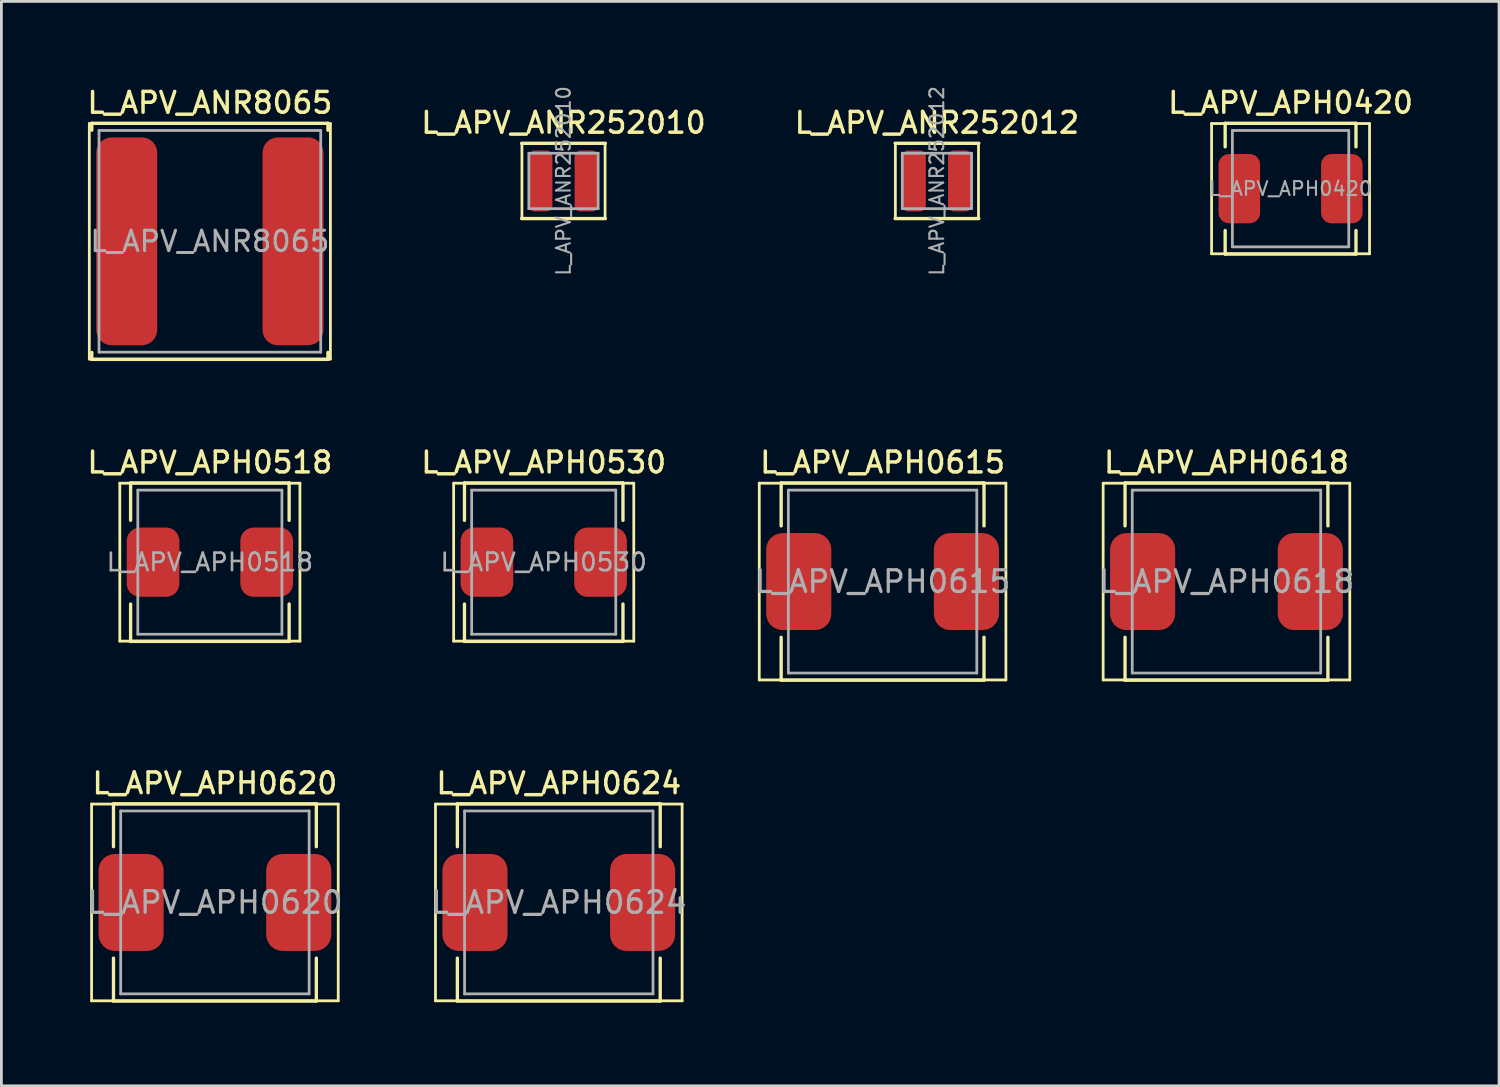
<source format=kicad_pcb>
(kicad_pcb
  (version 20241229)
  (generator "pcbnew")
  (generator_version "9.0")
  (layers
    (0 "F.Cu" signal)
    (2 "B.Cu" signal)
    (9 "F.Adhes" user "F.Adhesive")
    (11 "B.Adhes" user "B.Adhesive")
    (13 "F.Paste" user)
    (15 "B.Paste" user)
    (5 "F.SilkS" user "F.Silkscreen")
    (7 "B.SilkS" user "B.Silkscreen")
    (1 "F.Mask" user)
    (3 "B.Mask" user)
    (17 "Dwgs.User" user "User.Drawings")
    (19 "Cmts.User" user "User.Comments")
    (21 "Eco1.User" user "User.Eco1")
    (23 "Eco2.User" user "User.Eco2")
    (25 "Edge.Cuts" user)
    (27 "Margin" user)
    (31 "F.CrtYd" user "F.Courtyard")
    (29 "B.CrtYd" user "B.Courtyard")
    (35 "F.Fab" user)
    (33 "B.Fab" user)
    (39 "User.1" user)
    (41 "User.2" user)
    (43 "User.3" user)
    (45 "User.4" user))
  (footprint "L_APV_ANR252012"
    (layer "F.Cu")
    (at 30.759 3.479)
    (property "Reference" "L_APV_ANR252012" (at 0 -2.1 0) (layer "F.SilkS") (effects (font (size 0.75 0.75) (thickness 0.125))))
    (attr smd)
    (fp_line (start -1.51 -1.36) (end 1.51 -1.36) (stroke (width 0.12) (type solid)) (layer "F.SilkS"))
    (fp_line (start -1.51 1.36) (end 1.51 1.36) (stroke (width 0.12) (type solid)) (layer "F.SilkS"))
    (fp_line (start -1.5 -1.35) (end -1.5 1.35) (stroke (width 0.1) (type solid)) (layer "F.SilkS"))
    (fp_line (start -1.5 1.35) (end 1.5 1.35) (stroke (width 0.1) (type solid)) (layer "F.SilkS"))
    (fp_line (start 1.5 -1.35) (end -1.5 -1.35) (stroke (width 0.1) (type solid)) (layer "F.SilkS"))
    (fp_line (start 1.5 1.35) (end 1.5 -1.35) (stroke (width 0.1) (type solid)) (layer "F.SilkS"))
    (fp_line (start -1.25 -1) (end -1.25 1) (stroke (width 0.1) (type solid)) (layer "F.Fab"))
    (fp_line (start -1.25 1) (end 1.25 1) (stroke (width 0.1) (type solid)) (layer "F.Fab"))
    (fp_line (start 1.25 -1) (end -1.25 -1) (stroke (width 0.1) (type solid)) (layer "F.Fab"))
    (fp_line (start 1.25 1) (end 1.25 -1) (stroke (width 0.1) (type solid)) (layer "F.Fab"))
    (fp_text user "${REFERENCE}" (at 0 0 90) (layer "F.Fab") (effects (font (size 0.5 0.5) (thickness 0.075))))
    (pad "1" smd roundrect (at -0.825 0) (size 0.85 2.2) (layers "F.Cu" "F.Mask" "F.Paste") (roundrect_rratio 0.25))
    (pad "2" smd roundrect (at 0.825 0) (size 0.85 2.2) (layers "F.Cu" "F.Mask" "F.Paste") (roundrect_rratio 0.25)))
  (footprint "L_APV_APH0518"
    (layer "F.Cu")
    (at 4.523 17.236)
    (property "Reference" "L_APV_APH0518" (at 0 -3.6 0) (layer "F.SilkS") (effects (font (size 0.75 0.75) (thickness 0.125))))
    (attr smd)
    (fp_line (start -3.25 -2.85) (end -3.25 2.85) (stroke (width 0.1) (type solid)) (layer "F.SilkS"))
    (fp_line (start -3.25 2.85) (end 3.25 2.85) (stroke (width 0.1) (type solid)) (layer "F.SilkS"))
    (fp_line (start -2.86 -2.86) (end -2.86 -1.51) (stroke (width 0.12) (type solid)) (layer "F.SilkS"))
    (fp_line (start -2.86 -2.86) (end 2.86 -2.86) (stroke (width 0.12) (type solid)) (layer "F.SilkS"))
    (fp_line (start -2.86 2.86) (end -2.86 1.51) (stroke (width 0.12) (type solid)) (layer "F.SilkS"))
    (fp_line (start -2.86 2.86) (end 2.86 2.86) (stroke (width 0.12) (type solid)) (layer "F.SilkS"))
    (fp_line (start 2.86 -2.86) (end 2.86 -1.51) (stroke (width 0.12) (type solid)) (layer "F.SilkS"))
    (fp_line (start 2.86 2.86) (end 2.86 1.51) (stroke (width 0.12) (type solid)) (layer "F.SilkS"))
    (fp_line (start 3.25 -2.85) (end -3.25 -2.85) (stroke (width 0.1) (type solid)) (layer "F.SilkS"))
    (fp_line (start 3.25 2.85) (end 3.25 -2.85) (stroke (width 0.1) (type solid)) (layer "F.SilkS"))
    (fp_line (start -2.6 -2.6) (end -2.6 2.6) (stroke (width 0.1) (type solid)) (layer "F.Fab"))
    (fp_line (start -2.6 2.6) (end 2.6 2.6) (stroke (width 0.1) (type solid)) (layer "F.Fab"))
    (fp_line (start 2.6 -2.6) (end -2.6 -2.6) (stroke (width 0.1) (type solid)) (layer "F.Fab"))
    (fp_line (start 2.6 2.6) (end 2.6 -2.6) (stroke (width 0.1) (type solid)) (layer "F.Fab"))
    (fp_text user "${REFERENCE}" (at 0 0 0) (layer "F.Fab") (effects (font (size 0.633 0.633) (thickness 0.095))))
    (pad "1" smd roundrect (at -2.05 0) (size 1.9 2.5) (layers "F.Cu" "F.Mask" "F.Paste") (roundrect_rratio 0.25))
    (pad "2" smd roundrect (at 2.05 0) (size 1.9 2.5) (layers "F.Cu" "F.Mask" "F.Paste") (roundrect_rratio 0.25)))
  (footprint "L_APV_APH0615"
    (layer "F.Cu")
    (at 28.798 17.936)
    (property "Reference" "L_APV_APH0615" (at 0 -4.3 0) (layer "F.SilkS") (effects (font (size 0.75 0.75) (thickness 0.125))))
    (attr smd)
    (fp_line (start -4.45 -3.55) (end -4.45 3.55) (stroke (width 0.1) (type solid)) (layer "F.SilkS"))
    (fp_line (start -4.45 3.55) (end 4.45 3.55) (stroke (width 0.1) (type solid)) (layer "F.SilkS"))
    (fp_line (start -3.66 -3.56) (end -3.66 -2.01) (stroke (width 0.12) (type solid)) (layer "F.SilkS"))
    (fp_line (start -3.66 -3.56) (end 3.66 -3.56) (stroke (width 0.12) (type solid)) (layer "F.SilkS"))
    (fp_line (start -3.66 3.56) (end -3.66 2.01) (stroke (width 0.12) (type solid)) (layer "F.SilkS"))
    (fp_line (start -3.66 3.56) (end 3.66 3.56) (stroke (width 0.12) (type solid)) (layer "F.SilkS"))
    (fp_line (start 3.66 -3.56) (end 3.66 -2.01) (stroke (width 0.12) (type solid)) (layer "F.SilkS"))
    (fp_line (start 3.66 3.56) (end 3.66 2.01) (stroke (width 0.12) (type solid)) (layer "F.SilkS"))
    (fp_line (start 4.45 -3.55) (end -4.45 -3.55) (stroke (width 0.1) (type solid)) (layer "F.SilkS"))
    (fp_line (start 4.45 3.55) (end 4.45 -3.55) (stroke (width 0.1) (type solid)) (layer "F.SilkS"))
    (fp_line (start -3.4 -3.3) (end -3.4 3.3) (stroke (width 0.1) (type solid)) (layer "F.Fab"))
    (fp_line (start -3.4 3.3) (end 3.4 3.3) (stroke (width 0.1) (type solid)) (layer "F.Fab"))
    (fp_line (start 3.4 -3.3) (end -3.4 -3.3) (stroke (width 0.1) (type solid)) (layer "F.Fab"))
    (fp_line (start 3.4 3.3) (end 3.4 -3.3) (stroke (width 0.1) (type solid)) (layer "F.Fab"))
    (fp_text user "${REFERENCE}" (at 0 0 0) (layer "F.Fab") (effects (font (size 0.783 0.783) (thickness 0.117))))
    (pad "1" smd roundrect (at -3.025 0) (size 2.35 3.5) (layers "F.Cu" "F.Mask" "F.Paste") (roundrect_rratio 0.25))
    (pad "2" smd roundrect (at 3.025 0) (size 2.35 3.5) (layers "F.Cu" "F.Mask" "F.Paste") (roundrect_rratio 0.25)))
  (footprint "L_APV_APH0624"
    (layer "F.Cu")
    (at 17.114 29.514)
    (property "Reference" "L_APV_APH0624" (at 0 -4.3 0) (layer "F.SilkS") (effects (font (size 0.75 0.75) (thickness 0.125))))
    (attr smd)
    (fp_line (start -4.45 -3.55) (end -4.45 3.55) (stroke (width 0.1) (type solid)) (layer "F.SilkS"))
    (fp_line (start -4.45 3.55) (end 4.45 3.55) (stroke (width 0.1) (type solid)) (layer "F.SilkS"))
    (fp_line (start -3.66 -3.56) (end -3.66 -2.01) (stroke (width 0.12) (type solid)) (layer "F.SilkS"))
    (fp_line (start -3.66 -3.56) (end 3.66 -3.56) (stroke (width 0.12) (type solid)) (layer "F.SilkS"))
    (fp_line (start -3.66 3.56) (end -3.66 2.01) (stroke (width 0.12) (type solid)) (layer "F.SilkS"))
    (fp_line (start -3.66 3.56) (end 3.66 3.56) (stroke (width 0.12) (type solid)) (layer "F.SilkS"))
    (fp_line (start 3.66 -3.56) (end 3.66 -2.01) (stroke (width 0.12) (type solid)) (layer "F.SilkS"))
    (fp_line (start 3.66 3.56) (end 3.66 2.01) (stroke (width 0.12) (type solid)) (layer "F.SilkS"))
    (fp_line (start 4.45 -3.55) (end -4.45 -3.55) (stroke (width 0.1) (type solid)) (layer "F.SilkS"))
    (fp_line (start 4.45 3.55) (end 4.45 -3.55) (stroke (width 0.1) (type solid)) (layer "F.SilkS"))
    (fp_line (start -3.4 -3.3) (end -3.4 3.3) (stroke (width 0.1) (type solid)) (layer "F.Fab"))
    (fp_line (start -3.4 3.3) (end 3.4 3.3) (stroke (width 0.1) (type solid)) (layer "F.Fab"))
    (fp_line (start 3.4 -3.3) (end -3.4 -3.3) (stroke (width 0.1) (type solid)) (layer "F.Fab"))
    (fp_line (start 3.4 3.3) (end 3.4 -3.3) (stroke (width 0.1) (type solid)) (layer "F.Fab"))
    (fp_text user "${REFERENCE}" (at 0 0 0) (layer "F.Fab") (effects (font (size 0.783 0.783) (thickness 0.117))))
    (pad "1" smd roundrect (at -3.025 0) (size 2.35 3.5) (layers "F.Cu" "F.Mask" "F.Paste") (roundrect_rratio 0.25))
    (pad "2" smd roundrect (at 3.025 0) (size 2.35 3.5) (layers "F.Cu" "F.Mask" "F.Paste") (roundrect_rratio 0.25)))
  (footprint "L_APV_APH0420"
    (layer "F.Cu")
    (at 43.52 3.758)
    (property "Reference" "L_APV_APH0420" (at 0 -3.1 0) (layer "F.SilkS") (effects (font (size 0.75 0.75) (thickness 0.125))))
    (attr smd)
    (fp_line (start -2.85 -2.35) (end -2.85 2.35) (stroke (width 0.1) (type solid)) (layer "F.SilkS"))
    (fp_line (start -2.85 2.35) (end 2.85 2.35) (stroke (width 0.1) (type solid)) (layer "F.SilkS"))
    (fp_line (start -2.36 -2.36) (end -2.36 -1.51) (stroke (width 0.12) (type solid)) (layer "F.SilkS"))
    (fp_line (start -2.36 -2.36) (end 2.36 -2.36) (stroke (width 0.12) (type solid)) (layer "F.SilkS"))
    (fp_line (start -2.36 2.36) (end -2.36 1.51) (stroke (width 0.12) (type solid)) (layer "F.SilkS"))
    (fp_line (start -2.36 2.36) (end 2.36 2.36) (stroke (width 0.12) (type solid)) (layer "F.SilkS"))
    (fp_line (start 2.36 -2.36) (end 2.36 -1.51) (stroke (width 0.12) (type solid)) (layer "F.SilkS"))
    (fp_line (start 2.36 2.36) (end 2.36 1.51) (stroke (width 0.12) (type solid)) (layer "F.SilkS"))
    (fp_line (start 2.85 -2.35) (end -2.85 -2.35) (stroke (width 0.1) (type solid)) (layer "F.SilkS"))
    (fp_line (start 2.85 2.35) (end 2.85 -2.35) (stroke (width 0.1) (type solid)) (layer "F.SilkS"))
    (fp_line (start -2.1 -2.1) (end -2.1 2.1) (stroke (width 0.1) (type solid)) (layer "F.Fab"))
    (fp_line (start -2.1 2.1) (end 2.1 2.1) (stroke (width 0.1) (type solid)) (layer "F.Fab"))
    (fp_line (start 2.1 -2.1) (end -2.1 -2.1) (stroke (width 0.1) (type solid)) (layer "F.Fab"))
    (fp_line (start 2.1 2.1) (end 2.1 -2.1) (stroke (width 0.1) (type solid)) (layer "F.Fab"))
    (fp_text user "${REFERENCE}" (at 0 0 0) (layer "F.Fab") (effects (font (size 0.5 0.5) (thickness 0.075))))
    (pad "1" smd roundrect (at -1.85 0) (size 1.5 2.5) (layers "F.Cu" "F.Mask" "F.Paste") (roundrect_rratio 0.25))
    (pad "2" smd roundrect (at 1.85 0) (size 1.5 2.5) (layers "F.Cu" "F.Mask" "F.Paste") (roundrect_rratio 0.25)))
  (footprint "L_APV_APH0618"
    (layer "F.Cu")
    (at 41.207 17.936)
    (property "Reference" "L_APV_APH0618" (at 0 -4.3 0) (layer "F.SilkS") (effects (font (size 0.75 0.75) (thickness 0.125))))
    (attr smd)
    (fp_line (start -4.45 -3.55) (end -4.45 3.55) (stroke (width 0.1) (type solid)) (layer "F.SilkS"))
    (fp_line (start -4.45 3.55) (end 4.45 3.55) (stroke (width 0.1) (type solid)) (layer "F.SilkS"))
    (fp_line (start -3.66 -3.56) (end -3.66 -2.01) (stroke (width 0.12) (type solid)) (layer "F.SilkS"))
    (fp_line (start -3.66 -3.56) (end 3.66 -3.56) (stroke (width 0.12) (type solid)) (layer "F.SilkS"))
    (fp_line (start -3.66 3.56) (end -3.66 2.01) (stroke (width 0.12) (type solid)) (layer "F.SilkS"))
    (fp_line (start -3.66 3.56) (end 3.66 3.56) (stroke (width 0.12) (type solid)) (layer "F.SilkS"))
    (fp_line (start 3.66 -3.56) (end 3.66 -2.01) (stroke (width 0.12) (type solid)) (layer "F.SilkS"))
    (fp_line (start 3.66 3.56) (end 3.66 2.01) (stroke (width 0.12) (type solid)) (layer "F.SilkS"))
    (fp_line (start 4.45 -3.55) (end -4.45 -3.55) (stroke (width 0.1) (type solid)) (layer "F.SilkS"))
    (fp_line (start 4.45 3.55) (end 4.45 -3.55) (stroke (width 0.1) (type solid)) (layer "F.SilkS"))
    (fp_line (start -3.4 -3.3) (end -3.4 3.3) (stroke (width 0.1) (type solid)) (layer "F.Fab"))
    (fp_line (start -3.4 3.3) (end 3.4 3.3) (stroke (width 0.1) (type solid)) (layer "F.Fab"))
    (fp_line (start 3.4 -3.3) (end -3.4 -3.3) (stroke (width 0.1) (type solid)) (layer "F.Fab"))
    (fp_line (start 3.4 3.3) (end 3.4 -3.3) (stroke (width 0.1) (type solid)) (layer "F.Fab"))
    (fp_text user "${REFERENCE}" (at 0 0 0) (layer "F.Fab") (effects (font (size 0.783 0.783) (thickness 0.117))))
    (pad "1" smd roundrect (at -3.025 0) (size 2.35 3.5) (layers "F.Cu" "F.Mask" "F.Paste") (roundrect_rratio 0.25))
    (pad "2" smd roundrect (at 3.025 0) (size 2.35 3.5) (layers "F.Cu" "F.Mask" "F.Paste") (roundrect_rratio 0.25)))
  (footprint "L_APV_APH0620"
    (layer "F.Cu")
    (at 4.705 29.514)
    (property "Reference" "L_APV_APH0620" (at 0 -4.3 0) (layer "F.SilkS") (effects (font (size 0.75 0.75) (thickness 0.125))))
    (attr smd)
    (fp_line (start -4.45 -3.55) (end -4.45 3.55) (stroke (width 0.1) (type solid)) (layer "F.SilkS"))
    (fp_line (start -4.45 3.55) (end 4.45 3.55) (stroke (width 0.1) (type solid)) (layer "F.SilkS"))
    (fp_line (start -3.66 -3.56) (end -3.66 -2.01) (stroke (width 0.12) (type solid)) (layer "F.SilkS"))
    (fp_line (start -3.66 -3.56) (end 3.66 -3.56) (stroke (width 0.12) (type solid)) (layer "F.SilkS"))
    (fp_line (start -3.66 3.56) (end -3.66 2.01) (stroke (width 0.12) (type solid)) (layer "F.SilkS"))
    (fp_line (start -3.66 3.56) (end 3.66 3.56) (stroke (width 0.12) (type solid)) (layer "F.SilkS"))
    (fp_line (start 3.66 -3.56) (end 3.66 -2.01) (stroke (width 0.12) (type solid)) (layer "F.SilkS"))
    (fp_line (start 3.66 3.56) (end 3.66 2.01) (stroke (width 0.12) (type solid)) (layer "F.SilkS"))
    (fp_line (start 4.45 -3.55) (end -4.45 -3.55) (stroke (width 0.1) (type solid)) (layer "F.SilkS"))
    (fp_line (start 4.45 3.55) (end 4.45 -3.55) (stroke (width 0.1) (type solid)) (layer "F.SilkS"))
    (fp_line (start -3.4 -3.3) (end -3.4 3.3) (stroke (width 0.1) (type solid)) (layer "F.Fab"))
    (fp_line (start -3.4 3.3) (end 3.4 3.3) (stroke (width 0.1) (type solid)) (layer "F.Fab"))
    (fp_line (start 3.4 -3.3) (end -3.4 -3.3) (stroke (width 0.1) (type solid)) (layer "F.Fab"))
    (fp_line (start 3.4 3.3) (end 3.4 -3.3) (stroke (width 0.1) (type solid)) (layer "F.Fab"))
    (fp_text user "${REFERENCE}" (at 0 0 0) (layer "F.Fab") (effects (font (size 0.783 0.783) (thickness 0.117))))
    (pad "1" smd roundrect (at -3.025 0) (size 2.35 3.5) (layers "F.Cu" "F.Mask" "F.Paste") (roundrect_rratio 0.25))
    (pad "2" smd roundrect (at 3.025 0) (size 2.35 3.5) (layers "F.Cu" "F.Mask" "F.Paste") (roundrect_rratio 0.25)))
  (footprint "L_APV_APH0530"
    (layer "F.Cu")
    (at 16.57 17.236)
    (property "Reference" "L_APV_APH0530" (at 0 -3.6 0) (layer "F.SilkS") (effects (font (size 0.75 0.75) (thickness 0.125))))
    (attr smd)
    (fp_line (start -3.25 -2.85) (end -3.25 2.85) (stroke (width 0.1) (type solid)) (layer "F.SilkS"))
    (fp_line (start -3.25 2.85) (end 3.25 2.85) (stroke (width 0.1) (type solid)) (layer "F.SilkS"))
    (fp_line (start -2.86 -2.86) (end -2.86 -1.51) (stroke (width 0.12) (type solid)) (layer "F.SilkS"))
    (fp_line (start -2.86 -2.86) (end 2.86 -2.86) (stroke (width 0.12) (type solid)) (layer "F.SilkS"))
    (fp_line (start -2.86 2.86) (end -2.86 1.51) (stroke (width 0.12) (type solid)) (layer "F.SilkS"))
    (fp_line (start -2.86 2.86) (end 2.86 2.86) (stroke (width 0.12) (type solid)) (layer "F.SilkS"))
    (fp_line (start 2.86 -2.86) (end 2.86 -1.51) (stroke (width 0.12) (type solid)) (layer "F.SilkS"))
    (fp_line (start 2.86 2.86) (end 2.86 1.51) (stroke (width 0.12) (type solid)) (layer "F.SilkS"))
    (fp_line (start 3.25 -2.85) (end -3.25 -2.85) (stroke (width 0.1) (type solid)) (layer "F.SilkS"))
    (fp_line (start 3.25 2.85) (end 3.25 -2.85) (stroke (width 0.1) (type solid)) (layer "F.SilkS"))
    (fp_line (start -2.6 -2.6) (end -2.6 2.6) (stroke (width 0.1) (type solid)) (layer "F.Fab"))
    (fp_line (start -2.6 2.6) (end 2.6 2.6) (stroke (width 0.1) (type solid)) (layer "F.Fab"))
    (fp_line (start 2.6 -2.6) (end -2.6 -2.6) (stroke (width 0.1) (type solid)) (layer "F.Fab"))
    (fp_line (start 2.6 2.6) (end 2.6 -2.6) (stroke (width 0.1) (type solid)) (layer "F.Fab"))
    (fp_text user "${REFERENCE}" (at 0 0 0) (layer "F.Fab") (effects (font (size 0.633 0.633) (thickness 0.095))))
    (pad "1" smd roundrect (at -2.05 0) (size 1.9 2.5) (layers "F.Cu" "F.Mask" "F.Paste") (roundrect_rratio 0.25))
    (pad "2" smd roundrect (at 2.05 0) (size 1.9 2.5) (layers "F.Cu" "F.Mask" "F.Paste") (roundrect_rratio 0.25)))
  (footprint "L_APV_ANR8065"
    (layer "F.Cu")
    (at 4.523 5.658)
    (property "Reference" "L_APV_ANR8065" (at 0 -5 0) (layer "F.SilkS") (effects (font (size 0.75 0.75) (thickness 0.125))))
    (attr smd)
    (fp_line (start -4.35 -4.25) (end -4.35 4.25) (stroke (width 0.1) (type solid)) (layer "F.SilkS"))
    (fp_line (start -4.35 4.25) (end 4.35 4.25) (stroke (width 0.1) (type solid)) (layer "F.SilkS"))
    (fp_line (start -4.26 -4.26) (end -4.26 -4.01) (stroke (width 0.12) (type solid)) (layer "F.SilkS"))
    (fp_line (start -4.26 -4.26) (end 4.26 -4.26) (stroke (width 0.12) (type solid)) (layer "F.SilkS"))
    (fp_line (start -4.26 4.26) (end -4.26 4.01) (stroke (width 0.12) (type solid)) (layer "F.SilkS"))
    (fp_line (start -4.26 4.26) (end 4.26 4.26) (stroke (width 0.12) (type solid)) (layer "F.SilkS"))
    (fp_line (start 4.26 -4.26) (end 4.26 -4.01) (stroke (width 0.12) (type solid)) (layer "F.SilkS"))
    (fp_line (start 4.26 4.26) (end 4.26 4.01) (stroke (width 0.12) (type solid)) (layer "F.SilkS"))
    (fp_line (start 4.35 -4.25) (end -4.35 -4.25) (stroke (width 0.1) (type solid)) (layer "F.SilkS"))
    (fp_line (start 4.35 4.25) (end 4.35 -4.25) (stroke (width 0.1) (type solid)) (layer "F.SilkS"))
    (fp_line (start -4 -4) (end -4 4) (stroke (width 0.1) (type solid)) (layer "F.Fab"))
    (fp_line (start -4 4) (end 4 4) (stroke (width 0.1) (type solid)) (layer "F.Fab"))
    (fp_line (start 4 -4) (end -4 -4) (stroke (width 0.1) (type solid)) (layer "F.Fab"))
    (fp_line (start 4 4) (end 4 -4) (stroke (width 0.1) (type solid)) (layer "F.Fab"))
    (fp_text user "${REFERENCE}" (at 0 0 0) (layer "F.Fab") (effects (font (size 0.733 0.733) (thickness 0.11))))
    (pad "1" smd roundrect (at -3 0) (size 2.2 7.5) (layers "F.Cu" "F.Mask" "F.Paste") (roundrect_rratio 0.25))
    (pad "2" smd roundrect (at 3 0) (size 2.2 7.5) (layers "F.Cu" "F.Mask" "F.Paste") (roundrect_rratio 0.25)))
  (footprint "L_APV_ANR252010"
    (layer "F.Cu")
    (at 17.284 3.479)
    (property "Reference" "L_APV_ANR252010" (at 0 -2.1 0) (layer "F.SilkS") (effects (font (size 0.75 0.75) (thickness 0.125))))
    (attr smd)
    (fp_line (start -1.51 -1.36) (end 1.51 -1.36) (stroke (width 0.12) (type solid)) (layer "F.SilkS"))
    (fp_line (start -1.51 1.36) (end 1.51 1.36) (stroke (width 0.12) (type solid)) (layer "F.SilkS"))
    (fp_line (start -1.5 -1.35) (end -1.5 1.35) (stroke (width 0.1) (type solid)) (layer "F.SilkS"))
    (fp_line (start -1.5 1.35) (end 1.5 1.35) (stroke (width 0.1) (type solid)) (layer "F.SilkS"))
    (fp_line (start 1.5 -1.35) (end -1.5 -1.35) (stroke (width 0.1) (type solid)) (layer "F.SilkS"))
    (fp_line (start 1.5 1.35) (end 1.5 -1.35) (stroke (width 0.1) (type solid)) (layer "F.SilkS"))
    (fp_line (start -1.25 -1) (end -1.25 1) (stroke (width 0.1) (type solid)) (layer "F.Fab"))
    (fp_line (start -1.25 1) (end 1.25 1) (stroke (width 0.1) (type solid)) (layer "F.Fab"))
    (fp_line (start 1.25 -1) (end -1.25 -1) (stroke (width 0.1) (type solid)) (layer "F.Fab"))
    (fp_line (start 1.25 1) (end 1.25 -1) (stroke (width 0.1) (type solid)) (layer "F.Fab"))
    (fp_text user "${REFERENCE}" (at 0 0 90) (layer "F.Fab") (effects (font (size 0.5 0.5) (thickness 0.075))))
    (pad "1" smd roundrect (at -0.825 0) (size 0.85 2.2) (layers "F.Cu" "F.Mask" "F.Paste") (roundrect_rratio 0.25))
    (pad "2" smd roundrect (at 0.825 0) (size 0.85 2.2) (layers "F.Cu" "F.Mask" "F.Paste") (roundrect_rratio 0.25)))
  (gr_rect
    (start -3 -3)
    (end 51.043 36.134)
    (stroke (width 0.1) (type default))
    (fill no)
    (layer "Edge.Cuts")))
</source>
